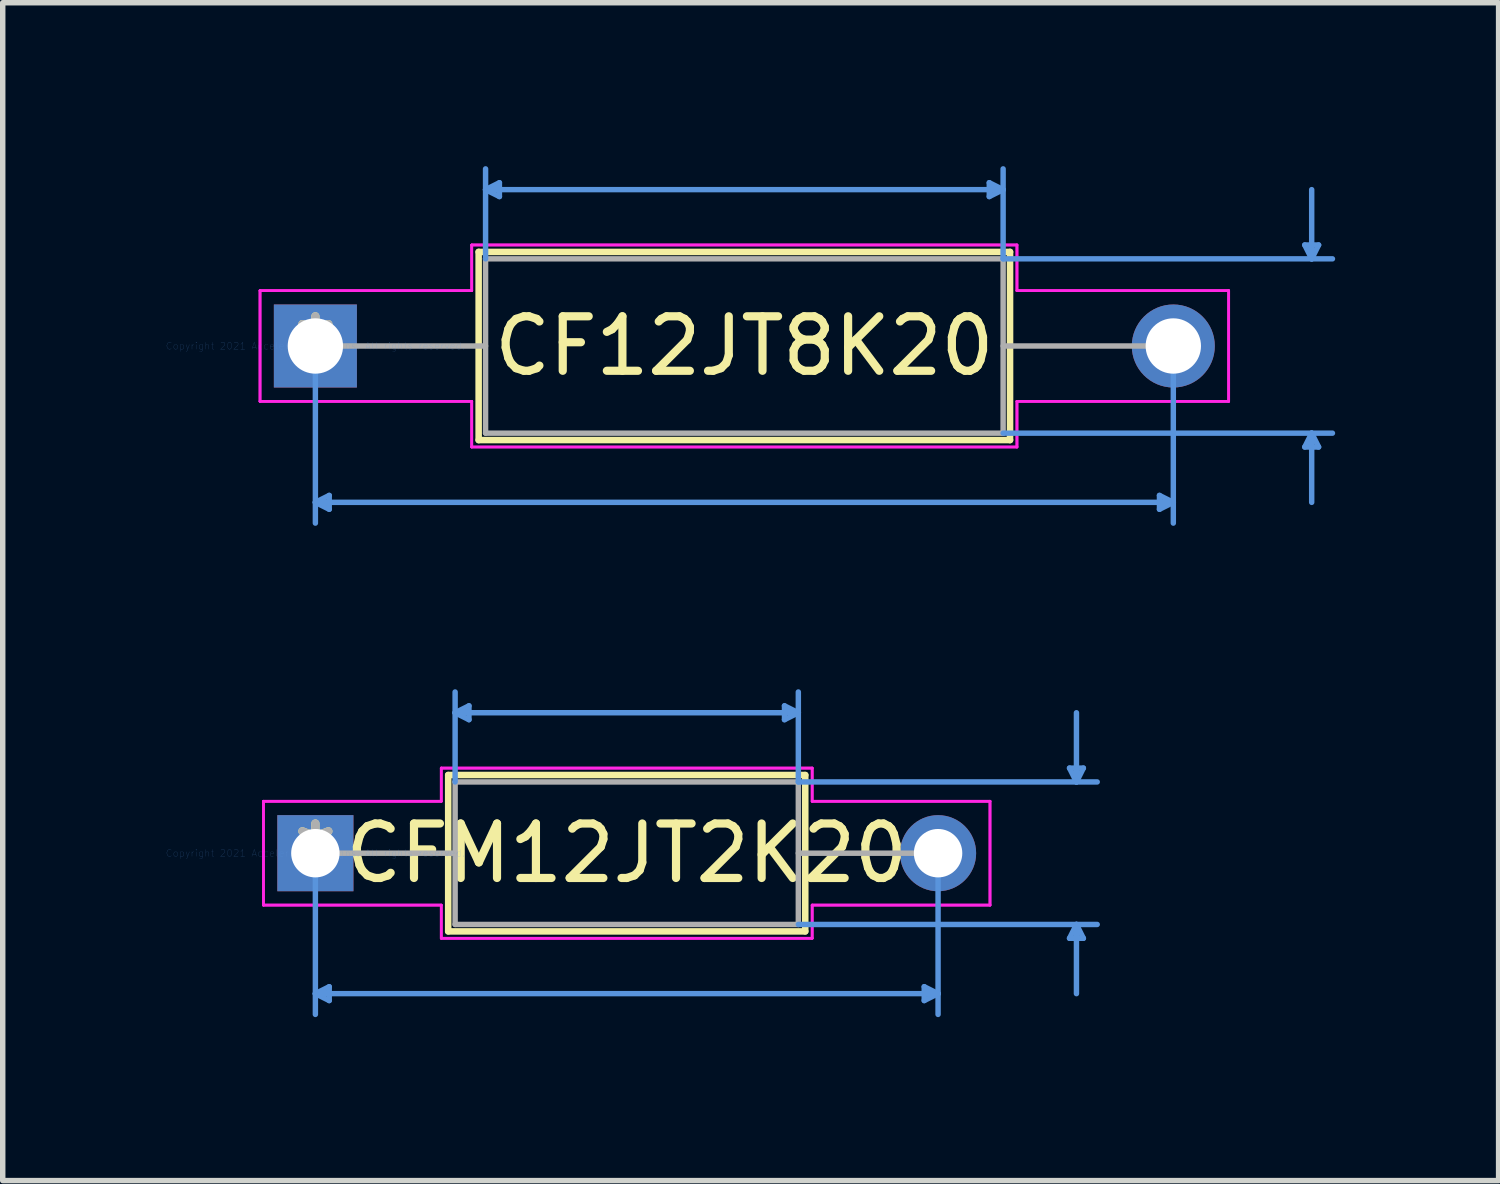
<source format=kicad_pcb>
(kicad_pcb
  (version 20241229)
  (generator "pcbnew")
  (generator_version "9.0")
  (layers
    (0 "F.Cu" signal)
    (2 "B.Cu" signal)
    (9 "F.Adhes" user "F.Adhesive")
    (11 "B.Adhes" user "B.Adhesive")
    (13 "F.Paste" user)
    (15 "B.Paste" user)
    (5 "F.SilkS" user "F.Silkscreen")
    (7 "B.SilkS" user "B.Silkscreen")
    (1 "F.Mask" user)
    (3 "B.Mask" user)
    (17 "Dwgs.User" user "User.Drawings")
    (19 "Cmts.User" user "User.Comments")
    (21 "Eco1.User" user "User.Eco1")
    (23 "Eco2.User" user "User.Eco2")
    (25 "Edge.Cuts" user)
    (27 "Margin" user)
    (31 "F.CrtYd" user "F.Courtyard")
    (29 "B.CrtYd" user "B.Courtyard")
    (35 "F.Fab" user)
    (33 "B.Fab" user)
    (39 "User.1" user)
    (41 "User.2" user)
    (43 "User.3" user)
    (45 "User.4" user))
  (footprint "CFM12JT2K20"
    (layer "F.Cu")
    (at 2.739 12.611)
    (property "Reference" "CFM12JT2K20" (at 5.715 0 0) (layer "F.SilkS") (effects (font (size 1 1) (thickness 0.15))))
    (attr through_hole)
    (fp_line (start 2.438 -1.435) (end 2.438 1.435) (stroke (width 0.12) (type solid)) (layer "F.SilkS"))
    (fp_line (start 2.438 1.435) (end 8.992 1.435) (stroke (width 0.12) (type solid)) (layer "F.SilkS"))
    (fp_line (start 8.992 -1.435) (end 2.438 -1.435) (stroke (width 0.12) (type solid)) (layer "F.SilkS"))
    (fp_line (start 8.992 1.435) (end 8.992 -1.435) (stroke (width 0.12) (type solid)) (layer "F.SilkS"))
    (fp_line (start 0 0) (end 0 2.959) (stroke (width 0.1) (type solid)) (layer "Cmts.User"))
    (fp_line (start 0 2.578) (end 0.254 2.451) (stroke (width 0.1) (type solid)) (layer "Cmts.User"))
    (fp_line (start 0 2.578) (end 0.254 2.705) (stroke (width 0.1) (type solid)) (layer "Cmts.User"))
    (fp_line (start 0 2.578) (end 11.43 2.578) (stroke (width 0.1) (type solid)) (layer "Cmts.User"))
    (fp_line (start 0.254 2.451) (end 0.254 2.705) (stroke (width 0.1) (type solid)) (layer "Cmts.User"))
    (fp_line (start 2.565 -2.578) (end 2.819 -2.705) (stroke (width 0.1) (type solid)) (layer "Cmts.User"))
    (fp_line (start 2.565 -2.578) (end 2.819 -2.451) (stroke (width 0.1) (type solid)) (layer "Cmts.User"))
    (fp_line (start 2.565 -2.578) (end 8.865 -2.578) (stroke (width 0.1) (type solid)) (layer "Cmts.User"))
    (fp_line (start 2.565 -1.308) (end 2.565 -2.959) (stroke (width 0.1) (type solid)) (layer "Cmts.User"))
    (fp_line (start 2.819 -2.705) (end 2.819 -2.451) (stroke (width 0.1) (type solid)) (layer "Cmts.User"))
    (fp_line (start 8.611 -2.705) (end 8.611 -2.451) (stroke (width 0.1) (type solid)) (layer "Cmts.User"))
    (fp_line (start 8.865 -2.578) (end 8.611 -2.705) (stroke (width 0.1) (type solid)) (layer "Cmts.User"))
    (fp_line (start 8.865 -2.578) (end 8.611 -2.451) (stroke (width 0.1) (type solid)) (layer "Cmts.User"))
    (fp_line (start 8.865 -1.308) (end 8.865 -2.959) (stroke (width 0.1) (type solid)) (layer "Cmts.User"))
    (fp_line (start 8.865 -1.308) (end 14.351 -1.308) (stroke (width 0.1) (type solid)) (layer "Cmts.User"))
    (fp_line (start 8.865 1.308) (end 14.351 1.308) (stroke (width 0.1) (type solid)) (layer "Cmts.User"))
    (fp_line (start 11.176 2.451) (end 11.176 2.705) (stroke (width 0.1) (type solid)) (layer "Cmts.User"))
    (fp_line (start 11.43 0) (end 11.43 2.959) (stroke (width 0.1) (type solid)) (layer "Cmts.User"))
    (fp_line (start 11.43 2.578) (end 11.176 2.451) (stroke (width 0.1) (type solid)) (layer "Cmts.User"))
    (fp_line (start 11.43 2.578) (end 11.176 2.705) (stroke (width 0.1) (type solid)) (layer "Cmts.User"))
    (fp_line (start 13.843 -1.562) (end 14.097 -1.562) (stroke (width 0.1) (type solid)) (layer "Cmts.User"))
    (fp_line (start 13.843 1.562) (end 14.097 1.562) (stroke (width 0.1) (type solid)) (layer "Cmts.User"))
    (fp_line (start 13.97 -1.308) (end 13.843 -1.562) (stroke (width 0.1) (type solid)) (layer "Cmts.User"))
    (fp_line (start 13.97 -1.308) (end 13.97 -2.578) (stroke (width 0.1) (type solid)) (layer "Cmts.User"))
    (fp_line (start 13.97 -1.308) (end 14.097 -1.562) (stroke (width 0.1) (type solid)) (layer "Cmts.User"))
    (fp_line (start 13.97 1.308) (end 13.843 1.562) (stroke (width 0.1) (type solid)) (layer "Cmts.User"))
    (fp_line (start 13.97 1.308) (end 13.97 2.578) (stroke (width 0.1) (type solid)) (layer "Cmts.User"))
    (fp_line (start 13.97 1.308) (end 14.097 1.562) (stroke (width 0.1) (type solid)) (layer "Cmts.User"))
    (fp_line (start -0.953 -0.953) (end 2.311 -0.953) (stroke (width 0.05) (type solid)) (layer "F.CrtYd"))
    (fp_line (start -0.953 -0.953) (end 2.311 -0.953) (stroke (width 0.05) (type solid)) (layer "F.CrtYd"))
    (fp_line (start -0.953 0.953) (end -0.953 -0.953) (stroke (width 0.05) (type solid)) (layer "F.CrtYd"))
    (fp_line (start -0.953 0.953) (end -0.953 -0.953) (stroke (width 0.05) (type solid)) (layer "F.CrtYd"))
    (fp_line (start 2.311 -1.562) (end 9.119 -1.562) (stroke (width 0.05) (type solid)) (layer "F.CrtYd"))
    (fp_line (start 2.311 -1.562) (end 9.119 -1.562) (stroke (width 0.05) (type solid)) (layer "F.CrtYd"))
    (fp_line (start 2.311 -0.953) (end 2.311 -1.562) (stroke (width 0.05) (type solid)) (layer "F.CrtYd"))
    (fp_line (start 2.311 -0.953) (end 2.311 -1.562) (stroke (width 0.05) (type solid)) (layer "F.CrtYd"))
    (fp_line (start 2.311 0.953) (end -0.953 0.953) (stroke (width 0.05) (type solid)) (layer "F.CrtYd"))
    (fp_line (start 2.311 0.953) (end -0.953 0.953) (stroke (width 0.05) (type solid)) (layer "F.CrtYd"))
    (fp_line (start 2.311 1.562) (end 2.311 0.953) (stroke (width 0.05) (type solid)) (layer "F.CrtYd"))
    (fp_line (start 2.311 1.562) (end 2.311 0.953) (stroke (width 0.05) (type solid)) (layer "F.CrtYd"))
    (fp_line (start 9.119 -1.562) (end 9.119 -0.953) (stroke (width 0.05) (type solid)) (layer "F.CrtYd"))
    (fp_line (start 9.119 -1.562) (end 9.119 -0.953) (stroke (width 0.05) (type solid)) (layer "F.CrtYd"))
    (fp_line (start 9.119 -0.953) (end 12.383 -0.953) (stroke (width 0.05) (type solid)) (layer "F.CrtYd"))
    (fp_line (start 9.119 -0.953) (end 12.383 -0.953) (stroke (width 0.05) (type solid)) (layer "F.CrtYd"))
    (fp_line (start 9.119 0.953) (end 9.119 1.562) (stroke (width 0.05) (type solid)) (layer "F.CrtYd"))
    (fp_line (start 9.119 0.953) (end 9.119 1.562) (stroke (width 0.05) (type solid)) (layer "F.CrtYd"))
    (fp_line (start 9.119 1.562) (end 2.311 1.562) (stroke (width 0.05) (type solid)) (layer "F.CrtYd"))
    (fp_line (start 9.119 1.562) (end 2.311 1.562) (stroke (width 0.05) (type solid)) (layer "F.CrtYd"))
    (fp_line (start 12.383 -0.953) (end 12.383 0.953) (stroke (width 0.05) (type solid)) (layer "F.CrtYd"))
    (fp_line (start 12.383 -0.953) (end 12.383 0.953) (stroke (width 0.05) (type solid)) (layer "F.CrtYd"))
    (fp_line (start 12.383 0.953) (end 9.119 0.953) (stroke (width 0.05) (type solid)) (layer "F.CrtYd"))
    (fp_line (start 12.383 0.953) (end 9.119 0.953) (stroke (width 0.05) (type solid)) (layer "F.CrtYd"))
    (fp_line (start 0 0) (end 2.565 0) (stroke (width 0.1) (type solid)) (layer "F.Fab"))
    (fp_line (start 2.565 -1.308) (end 2.565 1.308) (stroke (width 0.1) (type solid)) (layer "F.Fab"))
    (fp_line (start 2.565 1.308) (end 8.865 1.308) (stroke (width 0.1) (type solid)) (layer "F.Fab"))
    (fp_line (start 8.865 -1.308) (end 2.565 -1.308) (stroke (width 0.1) (type solid)) (layer "F.Fab"))
    (fp_line (start 8.865 1.308) (end 8.865 -1.308) (stroke (width 0.1) (type solid)) (layer "F.Fab"))
    (fp_line (start 11.43 0) (end 8.865 0) (stroke (width 0.1) (type solid)) (layer "F.Fab"))
    (fp_text user "*" (at 0 0 0) (layer "F.SilkS") (effects (font (size 1 1) (thickness 0.15))))
    (fp_text user "Copyright 2021 Accelerated Designs. All rights reserved." (at 0 0 0) (layer "Cmts.User") (effects (font (size 0.127 0.127) (thickness 0.002))))
    (fp_text user "*" (at 0 0 0) (layer "F.Fab") (effects (font (size 1 1) (thickness 0.15))))
    (pad "1" thru_hole rect (at 0 0) (size 1.397 1.397) (drill 0.889) (layers "*.Cu" "*.Mask"))
    (pad "2" thru_hole circle (at 11.43 0) (size 1.397 1.397) (drill 0.889) (layers "*.Cu" "*.Mask")))
  (footprint "CF12JT8K20"
    (layer "F.Cu")
    (at 2.739 3.301)
    (property "Reference" "CF12JT8K20" (at 7.874 0 0) (layer "F.SilkS") (effects (font (size 1 1) (thickness 0.15))))
    (attr through_hole)
    (fp_line (start 2.997 -1.727) (end 2.997 1.727) (stroke (width 0.12) (type solid)) (layer "F.SilkS"))
    (fp_line (start 2.997 1.727) (end 12.751 1.727) (stroke (width 0.12) (type solid)) (layer "F.SilkS"))
    (fp_line (start 12.751 -1.727) (end 2.997 -1.727) (stroke (width 0.12) (type solid)) (layer "F.SilkS"))
    (fp_line (start 12.751 1.727) (end 12.751 -1.727) (stroke (width 0.12) (type solid)) (layer "F.SilkS"))
    (fp_line (start 0 0) (end 0 3.251) (stroke (width 0.1) (type solid)) (layer "Cmts.User"))
    (fp_line (start 0 2.87) (end 0.254 2.743) (stroke (width 0.1) (type solid)) (layer "Cmts.User"))
    (fp_line (start 0 2.87) (end 0.254 2.997) (stroke (width 0.1) (type solid)) (layer "Cmts.User"))
    (fp_line (start 0 2.87) (end 15.748 2.87) (stroke (width 0.1) (type solid)) (layer "Cmts.User"))
    (fp_line (start 0.254 2.743) (end 0.254 2.997) (stroke (width 0.1) (type solid)) (layer "Cmts.User"))
    (fp_line (start 3.124 -2.87) (end 3.378 -2.997) (stroke (width 0.1) (type solid)) (layer "Cmts.User"))
    (fp_line (start 3.124 -2.87) (end 3.378 -2.743) (stroke (width 0.1) (type solid)) (layer "Cmts.User"))
    (fp_line (start 3.124 -2.87) (end 12.624 -2.87) (stroke (width 0.1) (type solid)) (layer "Cmts.User"))
    (fp_line (start 3.124 -1.6) (end 3.124 -3.251) (stroke (width 0.1) (type solid)) (layer "Cmts.User"))
    (fp_line (start 3.378 -2.997) (end 3.378 -2.743) (stroke (width 0.1) (type solid)) (layer "Cmts.User"))
    (fp_line (start 12.37 -2.997) (end 12.37 -2.743) (stroke (width 0.1) (type solid)) (layer "Cmts.User"))
    (fp_line (start 12.624 -2.87) (end 12.37 -2.997) (stroke (width 0.1) (type solid)) (layer "Cmts.User"))
    (fp_line (start 12.624 -2.87) (end 12.37 -2.743) (stroke (width 0.1) (type solid)) (layer "Cmts.User"))
    (fp_line (start 12.624 -1.6) (end 12.624 -3.251) (stroke (width 0.1) (type solid)) (layer "Cmts.User"))
    (fp_line (start 12.624 -1.6) (end 18.669 -1.6) (stroke (width 0.1) (type solid)) (layer "Cmts.User"))
    (fp_line (start 12.624 1.6) (end 18.669 1.6) (stroke (width 0.1) (type solid)) (layer "Cmts.User"))
    (fp_line (start 15.494 2.743) (end 15.494 2.997) (stroke (width 0.1) (type solid)) (layer "Cmts.User"))
    (fp_line (start 15.748 0) (end 15.748 3.251) (stroke (width 0.1) (type solid)) (layer "Cmts.User"))
    (fp_line (start 15.748 2.87) (end 15.494 2.743) (stroke (width 0.1) (type solid)) (layer "Cmts.User"))
    (fp_line (start 15.748 2.87) (end 15.494 2.997) (stroke (width 0.1) (type solid)) (layer "Cmts.User"))
    (fp_line (start 18.161 -1.854) (end 18.415 -1.854) (stroke (width 0.1) (type solid)) (layer "Cmts.User"))
    (fp_line (start 18.161 1.854) (end 18.415 1.854) (stroke (width 0.1) (type solid)) (layer "Cmts.User"))
    (fp_line (start 18.288 -1.6) (end 18.161 -1.854) (stroke (width 0.1) (type solid)) (layer "Cmts.User"))
    (fp_line (start 18.288 -1.6) (end 18.288 -2.87) (stroke (width 0.1) (type solid)) (layer "Cmts.User"))
    (fp_line (start 18.288 -1.6) (end 18.415 -1.854) (stroke (width 0.1) (type solid)) (layer "Cmts.User"))
    (fp_line (start 18.288 1.6) (end 18.161 1.854) (stroke (width 0.1) (type solid)) (layer "Cmts.User"))
    (fp_line (start 18.288 1.6) (end 18.288 2.87) (stroke (width 0.1) (type solid)) (layer "Cmts.User"))
    (fp_line (start 18.288 1.6) (end 18.415 1.854) (stroke (width 0.1) (type solid)) (layer "Cmts.User"))
    (fp_line (start -1.016 -1.016) (end 2.87 -1.016) (stroke (width 0.05) (type solid)) (layer "F.CrtYd"))
    (fp_line (start -1.016 -1.016) (end 2.87 -1.016) (stroke (width 0.05) (type solid)) (layer "F.CrtYd"))
    (fp_line (start -1.016 1.016) (end -1.016 -1.016) (stroke (width 0.05) (type solid)) (layer "F.CrtYd"))
    (fp_line (start -1.016 1.016) (end -1.016 -1.016) (stroke (width 0.05) (type solid)) (layer "F.CrtYd"))
    (fp_line (start 2.87 -1.854) (end 12.878 -1.854) (stroke (width 0.05) (type solid)) (layer "F.CrtYd"))
    (fp_line (start 2.87 -1.854) (end 12.878 -1.854) (stroke (width 0.05) (type solid)) (layer "F.CrtYd"))
    (fp_line (start 2.87 -1.016) (end 2.87 -1.854) (stroke (width 0.05) (type solid)) (layer "F.CrtYd"))
    (fp_line (start 2.87 -1.016) (end 2.87 -1.854) (stroke (width 0.05) (type solid)) (layer "F.CrtYd"))
    (fp_line (start 2.87 1.016) (end -1.016 1.016) (stroke (width 0.05) (type solid)) (layer "F.CrtYd"))
    (fp_line (start 2.87 1.016) (end -1.016 1.016) (stroke (width 0.05) (type solid)) (layer "F.CrtYd"))
    (fp_line (start 2.87 1.854) (end 2.87 1.016) (stroke (width 0.05) (type solid)) (layer "F.CrtYd"))
    (fp_line (start 2.87 1.854) (end 2.87 1.016) (stroke (width 0.05) (type solid)) (layer "F.CrtYd"))
    (fp_line (start 12.878 -1.854) (end 12.878 -1.016) (stroke (width 0.05) (type solid)) (layer "F.CrtYd"))
    (fp_line (start 12.878 -1.854) (end 12.878 -1.016) (stroke (width 0.05) (type solid)) (layer "F.CrtYd"))
    (fp_line (start 12.878 -1.016) (end 16.764 -1.016) (stroke (width 0.05) (type solid)) (layer "F.CrtYd"))
    (fp_line (start 12.878 -1.016) (end 16.764 -1.016) (stroke (width 0.05) (type solid)) (layer "F.CrtYd"))
    (fp_line (start 12.878 1.016) (end 12.878 1.854) (stroke (width 0.05) (type solid)) (layer "F.CrtYd"))
    (fp_line (start 12.878 1.016) (end 12.878 1.854) (stroke (width 0.05) (type solid)) (layer "F.CrtYd"))
    (fp_line (start 12.878 1.854) (end 2.87 1.854) (stroke (width 0.05) (type solid)) (layer "F.CrtYd"))
    (fp_line (start 12.878 1.854) (end 2.87 1.854) (stroke (width 0.05) (type solid)) (layer "F.CrtYd"))
    (fp_line (start 16.764 -1.016) (end 16.764 1.016) (stroke (width 0.05) (type solid)) (layer "F.CrtYd"))
    (fp_line (start 16.764 -1.016) (end 16.764 1.016) (stroke (width 0.05) (type solid)) (layer "F.CrtYd"))
    (fp_line (start 16.764 1.016) (end 12.878 1.016) (stroke (width 0.05) (type solid)) (layer "F.CrtYd"))
    (fp_line (start 16.764 1.016) (end 12.878 1.016) (stroke (width 0.05) (type solid)) (layer "F.CrtYd"))
    (fp_line (start 0 0) (end 3.124 0) (stroke (width 0.1) (type solid)) (layer "F.Fab"))
    (fp_line (start 3.124 -1.6) (end 3.124 1.6) (stroke (width 0.1) (type solid)) (layer "F.Fab"))
    (fp_line (start 3.124 1.6) (end 12.624 1.6) (stroke (width 0.1) (type solid)) (layer "F.Fab"))
    (fp_line (start 12.624 -1.6) (end 3.124 -1.6) (stroke (width 0.1) (type solid)) (layer "F.Fab"))
    (fp_line (start 12.624 1.6) (end 12.624 -1.6) (stroke (width 0.1) (type solid)) (layer "F.Fab"))
    (fp_line (start 15.748 0) (end 12.624 0) (stroke (width 0.1) (type solid)) (layer "F.Fab"))
    (fp_text user "*" (at 0 0 0) (layer "F.SilkS") (effects (font (size 1 1) (thickness 0.15))))
    (fp_text user "Copyright 2021 Accelerated Designs. All rights reserved." (at 0 0 0) (layer "Cmts.User") (effects (font (size 0.127 0.127) (thickness 0.002))))
    (fp_text user "*" (at 0 0 0) (layer "F.Fab") (effects (font (size 1 1) (thickness 0.15))))
    (pad "1" thru_hole rect (at 0 0) (size 1.524 1.524) (drill 1.016) (layers "*.Cu" "*.Mask"))
    (pad "2" thru_hole circle (at 15.748 0) (size 1.524 1.524) (drill 1.016) (layers "*.Cu" "*.Mask")))
  (gr_rect
    (start -3 -3)
    (end 24.458 18.621)
    (stroke (width 0.1) (type default))
    (fill no)
    (layer "Edge.Cuts")))
</source>
